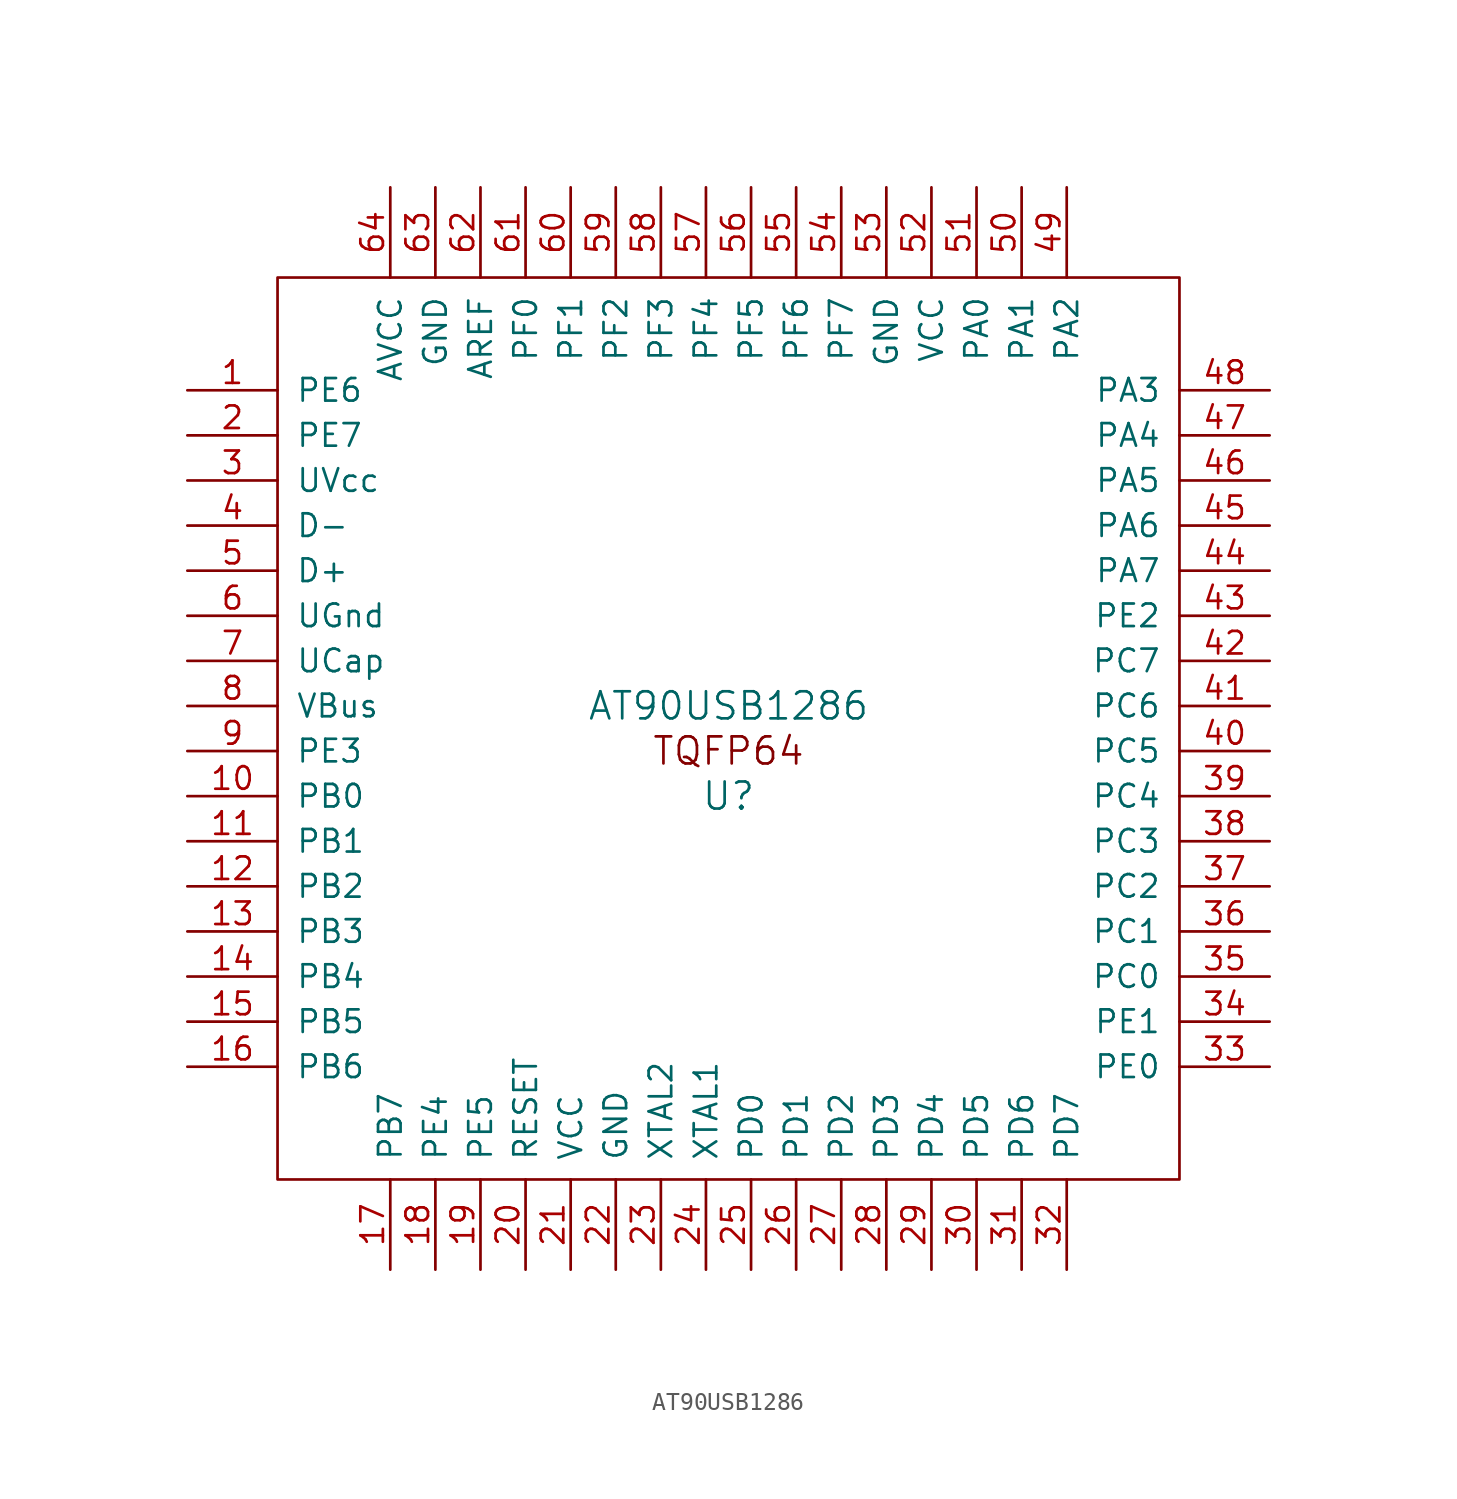
<source format=kicad_sym>
(kicad_symbol_lib
  (version 20220914)
  (generator kicad_symbol_editor)
  (symbol "AT90USB1286"
    (pin_names
      (offset 1.016))
    (property "Reference" "U"
      (at 0 -3.81 0)
      (effects (font (size 1.524 1.524))))
    (property "Value" "AT90USB1286"
      (at 0 1.27 0)
      (effects (font (size 1.524 1.524))))
    (symbol "AT90USB1286_0_0"
      (text "TQFP64" (at 0 -1.27 0) (effects (font (size 1.524 1.524)))))
    (symbol "AT90USB1286_0_1"
      (rectangle (start -25.4 25.4) (end 25.4 -25.4) (stroke (width 0) (type solid)) (fill (type none))))
    (symbol "AT90USB1286_1_1"
      (pin bidirectional line (at -30.48 19.05 0) (length 5.08) (name "PE6" (effects (font (size 1.27 1.27)))) (number "1" (effects (font (size 1.27 1.27)))))
      (pin bidirectional line (at -30.48 -3.81 0) (length 5.08) (name "PB0" (effects (font (size 1.27 1.27)))) (number "10" (effects (font (size 1.27 1.27)))))
      (pin bidirectional line (at -30.48 -6.35 0) (length 5.08) (name "PB1" (effects (font (size 1.27 1.27)))) (number "11" (effects (font (size 1.27 1.27)))))
      (pin bidirectional line (at -30.48 -8.89 0) (length 5.08) (name "PB2" (effects (font (size 1.27 1.27)))) (number "12" (effects (font (size 1.27 1.27)))))
      (pin bidirectional line (at -30.48 -11.43 0) (length 5.08) (name "PB3" (effects (font (size 1.27 1.27)))) (number "13" (effects (font (size 1.27 1.27)))))
      (pin bidirectional line (at -30.48 -13.97 0) (length 5.08) (name "PB4" (effects (font (size 1.27 1.27)))) (number "14" (effects (font (size 1.27 1.27)))))
      (pin bidirectional line (at -30.48 -16.51 0) (length 5.08) (name "PB5" (effects (font (size 1.27 1.27)))) (number "15" (effects (font (size 1.27 1.27)))))
      (pin bidirectional line (at -30.48 -19.05 0) (length 5.08) (name "PB6" (effects (font (size 1.27 1.27)))) (number "16" (effects (font (size 1.27 1.27)))))
      (pin bidirectional line (at -19.05 -30.48 90) (length 5.08) (name "PB7" (effects (font (size 1.27 1.27)))) (number "17" (effects (font (size 1.27 1.27)))))
      (pin bidirectional line (at -16.51 -30.48 90) (length 5.08) (name "PE4" (effects (font (size 1.27 1.27)))) (number "18" (effects (font (size 1.27 1.27)))))
      (pin bidirectional line (at -13.97 -30.48 90) (length 5.08) (name "PE5" (effects (font (size 1.27 1.27)))) (number "19" (effects (font (size 1.27 1.27)))))
      (pin bidirectional line (at -30.48 16.51 0) (length 5.08) (name "PE7" (effects (font (size 1.27 1.27)))) (number "2" (effects (font (size 1.27 1.27)))))
      (pin bidirectional line (at -11.43 -30.48 90) (length 5.08) (name "RESET" (effects (font (size 1.27 1.27)))) (number "20" (effects (font (size 1.27 1.27)))))
      (pin bidirectional line (at -8.89 -30.48 90) (length 5.08) (name "VCC" (effects (font (size 1.27 1.27)))) (number "21" (effects (font (size 1.27 1.27)))))
      (pin bidirectional line (at -6.35 -30.48 90) (length 5.08) (name "GND" (effects (font (size 1.27 1.27)))) (number "22" (effects (font (size 1.27 1.27)))))
      (pin bidirectional line (at -3.81 -30.48 90) (length 5.08) (name "XTAL2" (effects (font (size 1.27 1.27)))) (number "23" (effects (font (size 1.27 1.27)))))
      (pin bidirectional line (at -1.27 -30.48 90) (length 5.08) (name "XTAL1" (effects (font (size 1.27 1.27)))) (number "24" (effects (font (size 1.27 1.27)))))
      (pin bidirectional line (at 1.27 -30.48 90) (length 5.08) (name "PD0" (effects (font (size 1.27 1.27)))) (number "25" (effects (font (size 1.27 1.27)))))
      (pin bidirectional line (at 3.81 -30.48 90) (length 5.08) (name "PD1" (effects (font (size 1.27 1.27)))) (number "26" (effects (font (size 1.27 1.27)))))
      (pin bidirectional line (at 6.35 -30.48 90) (length 5.08) (name "PD2" (effects (font (size 1.27 1.27)))) (number "27" (effects (font (size 1.27 1.27)))))
      (pin bidirectional line (at 8.89 -30.48 90) (length 5.08) (name "PD3" (effects (font (size 1.27 1.27)))) (number "28" (effects (font (size 1.27 1.27)))))
      (pin bidirectional line (at 11.43 -30.48 90) (length 5.08) (name "PD4" (effects (font (size 1.27 1.27)))) (number "29" (effects (font (size 1.27 1.27)))))
      (pin bidirectional line (at -30.48 13.97 0) (length 5.08) (name "UVcc" (effects (font (size 1.27 1.27)))) (number "3" (effects (font (size 1.27 1.27)))))
      (pin bidirectional line (at 13.97 -30.48 90) (length 5.08) (name "PD5" (effects (font (size 1.27 1.27)))) (number "30" (effects (font (size 1.27 1.27)))))
      (pin bidirectional line (at 16.51 -30.48 90) (length 5.08) (name "PD6" (effects (font (size 1.27 1.27)))) (number "31" (effects (font (size 1.27 1.27)))))
      (pin bidirectional line (at 19.05 -30.48 90) (length 5.08) (name "PD7" (effects (font (size 1.27 1.27)))) (number "32" (effects (font (size 1.27 1.27)))))
      (pin bidirectional line (at 30.48 -19.05 180) (length 5.08) (name "PE0" (effects (font (size 1.27 1.27)))) (number "33" (effects (font (size 1.27 1.27)))))
      (pin bidirectional line (at 30.48 -16.51 180) (length 5.08) (name "PE1" (effects (font (size 1.27 1.27)))) (number "34" (effects (font (size 1.27 1.27)))))
      (pin bidirectional line (at 30.48 -13.97 180) (length 5.08) (name "PC0" (effects (font (size 1.27 1.27)))) (number "35" (effects (font (size 1.27 1.27)))))
      (pin bidirectional line (at 30.48 -11.43 180) (length 5.08) (name "PC1" (effects (font (size 1.27 1.27)))) (number "36" (effects (font (size 1.27 1.27)))))
      (pin bidirectional line (at 30.48 -8.89 180) (length 5.08) (name "PC2" (effects (font (size 1.27 1.27)))) (number "37" (effects (font (size 1.27 1.27)))))
      (pin bidirectional line (at 30.48 -6.35 180) (length 5.08) (name "PC3" (effects (font (size 1.27 1.27)))) (number "38" (effects (font (size 1.27 1.27)))))
      (pin bidirectional line (at 30.48 -3.81 180) (length 5.08) (name "PC4" (effects (font (size 1.27 1.27)))) (number "39" (effects (font (size 1.27 1.27)))))
      (pin bidirectional line (at -30.48 11.43 0) (length 5.08) (name "D-" (effects (font (size 1.27 1.27)))) (number "4" (effects (font (size 1.27 1.27)))))
      (pin bidirectional line (at 30.48 -1.27 180) (length 5.08) (name "PC5" (effects (font (size 1.27 1.27)))) (number "40" (effects (font (size 1.27 1.27)))))
      (pin bidirectional line (at 30.48 1.27 180) (length 5.08) (name "PC6" (effects (font (size 1.27 1.27)))) (number "41" (effects (font (size 1.27 1.27)))))
      (pin bidirectional line (at 30.48 3.81 180) (length 5.08) (name "PC7" (effects (font (size 1.27 1.27)))) (number "42" (effects (font (size 1.27 1.27)))))
      (pin bidirectional line (at 30.48 6.35 180) (length 5.08) (name "PE2" (effects (font (size 1.27 1.27)))) (number "43" (effects (font (size 1.27 1.27)))))
      (pin bidirectional line (at 30.48 8.89 180) (length 5.08) (name "PA7" (effects (font (size 1.27 1.27)))) (number "44" (effects (font (size 1.27 1.27)))))
      (pin bidirectional line (at 30.48 11.43 180) (length 5.08) (name "PA6" (effects (font (size 1.27 1.27)))) (number "45" (effects (font (size 1.27 1.27)))))
      (pin bidirectional line (at 30.48 13.97 180) (length 5.08) (name "PA5" (effects (font (size 1.27 1.27)))) (number "46" (effects (font (size 1.27 1.27)))))
      (pin bidirectional line (at 30.48 16.51 180) (length 5.08) (name "PA4" (effects (font (size 1.27 1.27)))) (number "47" (effects (font (size 1.27 1.27)))))
      (pin bidirectional line (at 30.48 19.05 180) (length 5.08) (name "PA3" (effects (font (size 1.27 1.27)))) (number "48" (effects (font (size 1.27 1.27)))))
      (pin bidirectional line (at 19.05 30.48 270) (length 5.08) (name "PA2" (effects (font (size 1.27 1.27)))) (number "49" (effects (font (size 1.27 1.27)))))
      (pin bidirectional line (at -30.48 8.89 0) (length 5.08) (name "D+" (effects (font (size 1.27 1.27)))) (number "5" (effects (font (size 1.27 1.27)))))
      (pin bidirectional line (at 16.51 30.48 270) (length 5.08) (name "PA1" (effects (font (size 1.27 1.27)))) (number "50" (effects (font (size 1.27 1.27)))))
      (pin bidirectional line (at 13.97 30.48 270) (length 5.08) (name "PA0" (effects (font (size 1.27 1.27)))) (number "51" (effects (font (size 1.27 1.27)))))
      (pin bidirectional line (at 11.43 30.48 270) (length 5.08) (name "VCC" (effects (font (size 1.27 1.27)))) (number "52" (effects (font (size 1.27 1.27)))))
      (pin bidirectional line (at 8.89 30.48 270) (length 5.08) (name "GND" (effects (font (size 1.27 1.27)))) (number "53" (effects (font (size 1.27 1.27)))))
      (pin bidirectional line (at 6.35 30.48 270) (length 5.08) (name "PF7" (effects (font (size 1.27 1.27)))) (number "54" (effects (font (size 1.27 1.27)))))
      (pin bidirectional line (at 3.81 30.48 270) (length 5.08) (name "PF6" (effects (font (size 1.27 1.27)))) (number "55" (effects (font (size 1.27 1.27)))))
      (pin bidirectional line (at 1.27 30.48 270) (length 5.08) (name "PF5" (effects (font (size 1.27 1.27)))) (number "56" (effects (font (size 1.27 1.27)))))
      (pin bidirectional line (at -1.27 30.48 270) (length 5.08) (name "PF4" (effects (font (size 1.27 1.27)))) (number "57" (effects (font (size 1.27 1.27)))))
      (pin bidirectional line (at -3.81 30.48 270) (length 5.08) (name "PF3" (effects (font (size 1.27 1.27)))) (number "58" (effects (font (size 1.27 1.27)))))
      (pin bidirectional line (at -6.35 30.48 270) (length 5.08) (name "PF2" (effects (font (size 1.27 1.27)))) (number "59" (effects (font (size 1.27 1.27)))))
      (pin bidirectional line (at -30.48 6.35 0) (length 5.08) (name "UGnd" (effects (font (size 1.27 1.27)))) (number "6" (effects (font (size 1.27 1.27)))))
      (pin bidirectional line (at -8.89 30.48 270) (length 5.08) (name "PF1" (effects (font (size 1.27 1.27)))) (number "60" (effects (font (size 1.27 1.27)))))
      (pin bidirectional line (at -11.43 30.48 270) (length 5.08) (name "PF0" (effects (font (size 1.27 1.27)))) (number "61" (effects (font (size 1.27 1.27)))))
      (pin bidirectional line (at -13.97 30.48 270) (length 5.08) (name "AREF" (effects (font (size 1.27 1.27)))) (number "62" (effects (font (size 1.27 1.27)))))
      (pin bidirectional line (at -16.51 30.48 270) (length 5.08) (name "GND" (effects (font (size 1.27 1.27)))) (number "63" (effects (font (size 1.27 1.27)))))
      (pin bidirectional line (at -19.05 30.48 270) (length 5.08) (name "AVCC" (effects (font (size 1.27 1.27)))) (number "64" (effects (font (size 1.27 1.27)))))
      (pin bidirectional line (at -30.48 3.81 0) (length 5.08) (name "UCap" (effects (font (size 1.27 1.27)))) (number "7" (effects (font (size 1.27 1.27)))))
      (pin bidirectional line (at -30.48 1.27 0) (length 5.08) (name "VBus" (effects (font (size 1.27 1.27)))) (number "8" (effects (font (size 1.27 1.27)))))
      (pin bidirectional line (at -30.48 -1.27 0) (length 5.08) (name "PE3" (effects (font (size 1.27 1.27)))) (number "9" (effects (font (size 1.27 1.27))))))))
</source>
